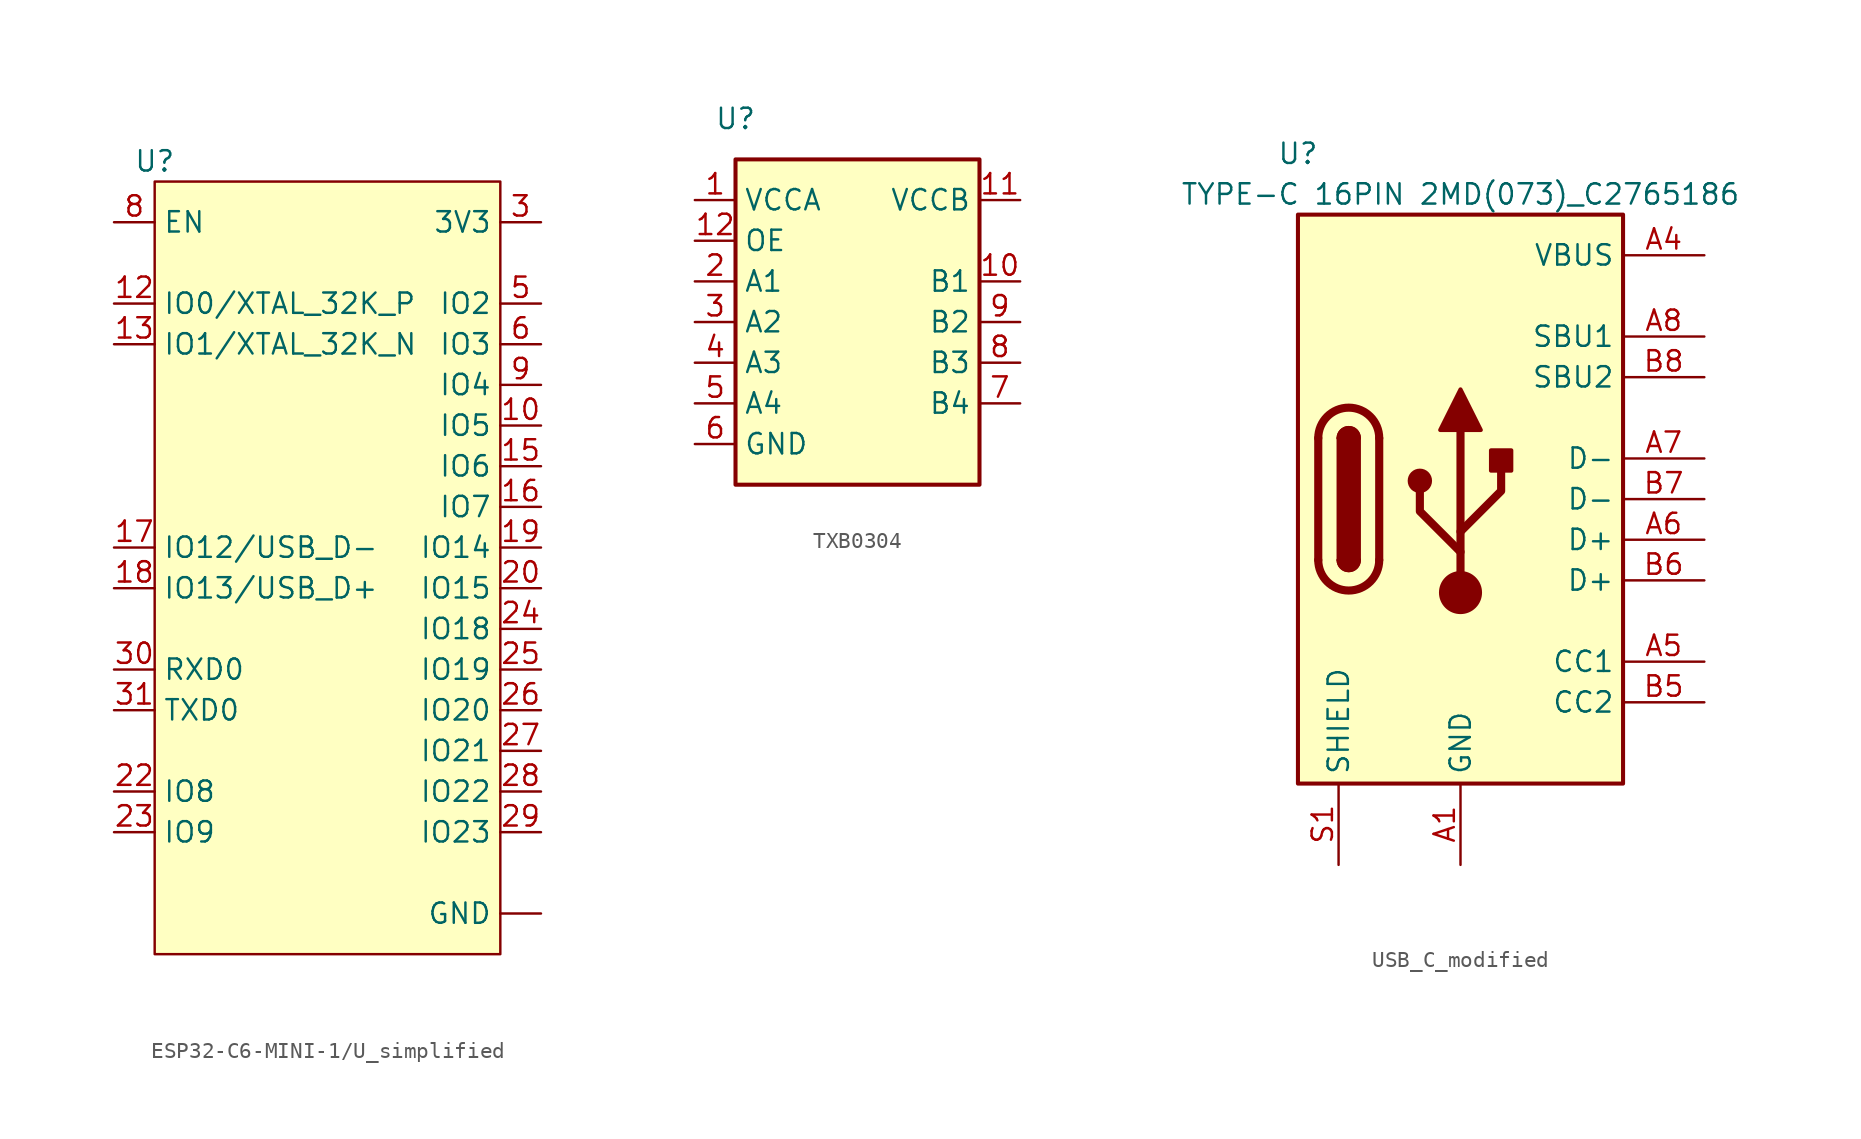
<source format=kicad_sym>
(kicad_symbol_lib
  (version 20220914)
  (generator kicad_symbol_editor)
  (symbol "ESP32-C6-MINI-1/U_simplified"
    (property "Reference" "U"
      (at 0 1.27 0)
      (effects (font (size 1.27 1.27))))
    (property "Value" ""
      (at 0 0 0)
      (effects (font (size 1.27 1.27))))
    (symbol "ESP32-C6-MINI-1/U_simplified_1_1"
      (rectangle (start 0 0) (end 21.59 -48.26) (stroke (width 0) (type default)) (fill (type background)))
      (pin input line (at 24.13 -45.72 180) (length 2.54) (name "GND" (effects (font (size 1.27 1.27)))) (number "" (effects (font (size 1.27 1.27)))))
      (pin input line (at 24.13 -45.72 180) (length 2.54) hide (name "GND" (effects (font (size 1.27 1.27)))) (number "1" (effects (font (size 1.27 1.27)))))
      (pin input line (at 24.13 -15.24 180) (length 2.54) (name "IO5" (effects (font (size 1.27 1.27)))) (number "10" (effects (font (size 1.27 1.27)))))
      (pin input line (at 24.13 -45.72 180) (length 2.54) hide (name "GND" (effects (font (size 1.27 1.27)))) (number "11" (effects (font (size 1.27 1.27)))))
      (pin input line (at -2.54 -7.62 0) (length 2.54) (name "IO0/XTAL_32K_P" (effects (font (size 1.27 1.27)))) (number "12" (effects (font (size 1.27 1.27)))))
      (pin input line (at -2.54 -10.16 0) (length 2.54) (name "IO1/XTAL_32K_N" (effects (font (size 1.27 1.27)))) (number "13" (effects (font (size 1.27 1.27)))))
      (pin input line (at 24.13 -45.72 180) (length 2.54) hide (name "GND" (effects (font (size 1.27 1.27)))) (number "14" (effects (font (size 1.27 1.27)))))
      (pin input line (at 24.13 -17.78 180) (length 2.54) (name "IO6" (effects (font (size 1.27 1.27)))) (number "15" (effects (font (size 1.27 1.27)))))
      (pin input line (at 24.13 -20.32 180) (length 2.54) (name "IO7" (effects (font (size 1.27 1.27)))) (number "16" (effects (font (size 1.27 1.27)))))
      (pin input line (at -2.54 -22.86 0) (length 2.54) (name "IO12/USB_D-" (effects (font (size 1.27 1.27)))) (number "17" (effects (font (size 1.27 1.27)))))
      (pin input line (at -2.54 -25.4 0) (length 2.54) (name "IO13/USB_D+" (effects (font (size 1.27 1.27)))) (number "18" (effects (font (size 1.27 1.27)))))
      (pin input line (at 24.13 -22.86 180) (length 2.54) (name "IO14" (effects (font (size 1.27 1.27)))) (number "19" (effects (font (size 1.27 1.27)))))
      (pin input line (at 24.13 -45.72 180) (length 2.54) hide (name "GND" (effects (font (size 1.27 1.27)))) (number "2" (effects (font (size 1.27 1.27)))))
      (pin input line (at 24.13 -25.4 180) (length 2.54) (name "IO15" (effects (font (size 1.27 1.27)))) (number "20" (effects (font (size 1.27 1.27)))))
      (pin input line (at 24.13 -43.18 180) (length 2.54) hide (name "NC" (effects (font (size 1.27 1.27)))) (number "21" (effects (font (size 1.27 1.27)))))
      (pin input line (at -2.54 -38.1 0) (length 2.54) (name "IO8" (effects (font (size 1.27 1.27)))) (number "22" (effects (font (size 1.27 1.27)))))
      (pin input line (at -2.54 -40.64 0) (length 2.54) (name "IO9" (effects (font (size 1.27 1.27)))) (number "23" (effects (font (size 1.27 1.27)))))
      (pin input line (at 24.13 -27.94 180) (length 2.54) (name "IO18" (effects (font (size 1.27 1.27)))) (number "24" (effects (font (size 1.27 1.27)))))
      (pin input line (at 24.13 -30.48 180) (length 2.54) (name "IO19" (effects (font (size 1.27 1.27)))) (number "25" (effects (font (size 1.27 1.27)))))
      (pin input line (at 24.13 -33.02 180) (length 2.54) (name "IO20" (effects (font (size 1.27 1.27)))) (number "26" (effects (font (size 1.27 1.27)))))
      (pin input line (at 24.13 -35.56 180) (length 2.54) (name "IO21" (effects (font (size 1.27 1.27)))) (number "27" (effects (font (size 1.27 1.27)))))
      (pin input line (at 24.13 -38.1 180) (length 2.54) (name "IO22" (effects (font (size 1.27 1.27)))) (number "28" (effects (font (size 1.27 1.27)))))
      (pin input line (at 24.13 -40.64 180) (length 2.54) (name "IO23" (effects (font (size 1.27 1.27)))) (number "29" (effects (font (size 1.27 1.27)))))
      (pin input line (at 24.13 -2.54 180) (length 2.54) (name "3V3" (effects (font (size 1.27 1.27)))) (number "3" (effects (font (size 1.27 1.27)))))
      (pin input line (at -2.54 -30.48 0) (length 2.54) (name "RXD0" (effects (font (size 1.27 1.27)))) (number "30" (effects (font (size 1.27 1.27)))))
      (pin input line (at -2.54 -33.02 0) (length 2.54) (name "TXD0" (effects (font (size 1.27 1.27)))) (number "31" (effects (font (size 1.27 1.27)))))
      (pin input line (at 24.13 -43.18 180) (length 2.54) hide (name "NC" (effects (font (size 1.27 1.27)))) (number "32" (effects (font (size 1.27 1.27)))))
      (pin input line (at 24.13 -43.18 180) (length 2.54) hide (name "NC" (effects (font (size 1.27 1.27)))) (number "33" (effects (font (size 1.27 1.27)))))
      (pin input line (at 24.13 -43.18 180) (length 2.54) hide (name "NC" (effects (font (size 1.27 1.27)))) (number "34" (effects (font (size 1.27 1.27)))))
      (pin input line (at 24.13 -43.18 180) (length 2.54) hide (name "NC" (effects (font (size 1.27 1.27)))) (number "35" (effects (font (size 1.27 1.27)))))
      (pin input line (at 24.13 -45.72 180) (length 2.54) hide (name "GND" (effects (font (size 1.27 1.27)))) (number "36" (effects (font (size 1.27 1.27)))))
      (pin input line (at 24.13 -45.72 180) (length 2.54) hide (name "GND" (effects (font (size 1.27 1.27)))) (number "37" (effects (font (size 1.27 1.27)))))
      (pin input line (at 24.13 -45.72 180) (length 2.54) hide (name "GND" (effects (font (size 1.27 1.27)))) (number "38" (effects (font (size 1.27 1.27)))))
      (pin input line (at 24.13 -45.72 180) (length 2.54) hide (name "GND" (effects (font (size 1.27 1.27)))) (number "39" (effects (font (size 1.27 1.27)))))
      (pin input line (at 24.13 -43.18 180) (length 2.54) hide (name "NC" (effects (font (size 1.27 1.27)))) (number "4" (effects (font (size 1.27 1.27)))))
      (pin input line (at 24.13 -45.72 180) (length 2.54) hide (name "GND" (effects (font (size 1.27 1.27)))) (number "40" (effects (font (size 1.27 1.27)))))
      (pin input line (at 24.13 -45.72 180) (length 2.54) hide (name "GND" (effects (font (size 1.27 1.27)))) (number "41" (effects (font (size 1.27 1.27)))))
      (pin input line (at 24.13 -45.72 180) (length 2.54) hide (name "GND" (effects (font (size 1.27 1.27)))) (number "42" (effects (font (size 1.27 1.27)))))
      (pin input line (at 24.13 -45.72 180) (length 2.54) hide (name "GND" (effects (font (size 1.27 1.27)))) (number "43" (effects (font (size 1.27 1.27)))))
      (pin input line (at 24.13 -45.72 180) (length 2.54) hide (name "GND" (effects (font (size 1.27 1.27)))) (number "44" (effects (font (size 1.27 1.27)))))
      (pin input line (at 24.13 -45.72 180) (length 2.54) hide (name "GND" (effects (font (size 1.27 1.27)))) (number "45" (effects (font (size 1.27 1.27)))))
      (pin input line (at 24.13 -45.72 180) (length 2.54) hide (name "GND" (effects (font (size 1.27 1.27)))) (number "46" (effects (font (size 1.27 1.27)))))
      (pin input line (at 24.13 -45.72 180) (length 2.54) hide (name "GND" (effects (font (size 1.27 1.27)))) (number "47" (effects (font (size 1.27 1.27)))))
      (pin input line (at 24.13 -45.72 180) (length 2.54) hide (name "GND" (effects (font (size 1.27 1.27)))) (number "48" (effects (font (size 1.27 1.27)))))
      (pin input line (at 24.13 -45.72 180) (length 2.54) hide (name "GND" (effects (font (size 1.27 1.27)))) (number "49" (effects (font (size 1.27 1.27)))))
      (pin input line (at 24.13 -7.62 180) (length 2.54) (name "IO2" (effects (font (size 1.27 1.27)))) (number "5" (effects (font (size 1.27 1.27)))))
      (pin input line (at 24.13 -45.72 180) (length 2.54) hide (name "GND" (effects (font (size 1.27 1.27)))) (number "50" (effects (font (size 1.27 1.27)))))
      (pin input line (at 24.13 -45.72 180) (length 2.54) hide (name "GND" (effects (font (size 1.27 1.27)))) (number "51" (effects (font (size 1.27 1.27)))))
      (pin input line (at 24.13 -45.72 180) (length 2.54) hide (name "GND" (effects (font (size 1.27 1.27)))) (number "52" (effects (font (size 1.27 1.27)))))
      (pin input line (at 24.13 -45.72 180) (length 2.54) hide (name "GND" (effects (font (size 1.27 1.27)))) (number "53" (effects (font (size 1.27 1.27)))))
      (pin input line (at 24.13 -10.16 180) (length 2.54) (name "IO3" (effects (font (size 1.27 1.27)))) (number "6" (effects (font (size 1.27 1.27)))))
      (pin input line (at 24.13 -43.18 180) (length 2.54) hide (name "NC" (effects (font (size 1.27 1.27)))) (number "7" (effects (font (size 1.27 1.27)))))
      (pin input line (at -2.54 -2.54 0) (length 2.54) (name "EN" (effects (font (size 1.27 1.27)))) (number "8" (effects (font (size 1.27 1.27)))))
      (pin input line (at 24.13 -12.7 180) (length 2.54) (name "IO4" (effects (font (size 1.27 1.27)))) (number "9" (effects (font (size 1.27 1.27)))))))
  (symbol "TXB0304"
    (property "Reference" "U"
      (at 0 2.54 0)
      (effects (font (size 1.27 1.27))))
    (property "Value" ""
      (at 0 0 0)
      (effects (font (size 1.27 1.27))))
    (symbol "TXB0304_0_1"
      (rectangle (start 0 0) (end 15.24 -20.32) (stroke (width 0.254) (type default)) (fill (type background))))
    (symbol "TXB0304_1_1"
      (pin power_in line (at -2.54 -2.54 0) (length 2.54) (name "VCCA" (effects (font (size 1.27 1.27)))) (number "1" (effects (font (size 1.27 1.27)))))
      (pin tri_state line (at 17.78 -7.62 180) (length 2.54) (name "B1" (effects (font (size 1.27 1.27)))) (number "10" (effects (font (size 1.27 1.27)))))
      (pin power_in line (at 17.78 -2.54 180) (length 2.54) (name "VCCB" (effects (font (size 1.27 1.27)))) (number "11" (effects (font (size 1.27 1.27)))))
      (pin input line (at -2.54 -5.08 0) (length 2.54) (name "OE" (effects (font (size 1.27 1.27)))) (number "12" (effects (font (size 1.27 1.27)))))
      (pin tri_state line (at -2.54 -7.62 0) (length 2.54) (name "A1" (effects (font (size 1.27 1.27)))) (number "2" (effects (font (size 1.27 1.27)))))
      (pin tri_state line (at -2.54 -10.16 0) (length 2.54) (name "A2" (effects (font (size 1.27 1.27)))) (number "3" (effects (font (size 1.27 1.27)))))
      (pin tri_state line (at -2.54 -12.7 0) (length 2.54) (name "A3" (effects (font (size 1.27 1.27)))) (number "4" (effects (font (size 1.27 1.27)))))
      (pin tri_state line (at -2.54 -15.24 0) (length 2.54) (name "A4" (effects (font (size 1.27 1.27)))) (number "5" (effects (font (size 1.27 1.27)))))
      (pin power_in line (at -2.54 -17.78 0) (length 2.54) (name "GND" (effects (font (size 1.27 1.27)))) (number "6" (effects (font (size 1.27 1.27)))))
      (pin tri_state line (at 17.78 -15.24 180) (length 2.54) (name "B4" (effects (font (size 1.27 1.27)))) (number "7" (effects (font (size 1.27 1.27)))))
      (pin tri_state line (at 17.78 -12.7 180) (length 2.54) (name "B3" (effects (font (size 1.27 1.27)))) (number "8" (effects (font (size 1.27 1.27)))))
      (pin tri_state line (at 17.78 -10.16 180) (length 2.54) (name "B2" (effects (font (size 1.27 1.27)))) (number "9" (effects (font (size 1.27 1.27)))))))
  (symbol "USB_C_modified"
    (property "Reference" "U"
      (at 0 3.81 0)
      (effects (font (size 1.27 1.27))))
    (property "Value" "TYPE-C 16PIN 2MD(073)_C2765186"
      (at 10.16 1.27 0)
      (effects (font (size 1.27 1.27))))
    (symbol "USB_C_modified_0_1"
      (polyline (pts (xy 1.27 -21.59) (xy 1.27 -13.97)) (stroke (width 0.508) (type default)) (fill (type none)))
      (polyline (pts (xy 5.08 -13.97) (xy 5.08 -21.59)) (stroke (width 0.508) (type default)) (fill (type none)))
      (polyline (pts (xy 10.16 -23.622) (xy 10.16 -13.462)) (stroke (width 0.508) (type default)) (fill (type none)))
      (polyline (pts (xy 10.16 -21.082) (xy 7.62 -18.542) (xy 7.62 -17.272)) (stroke (width 0.508) (type default)) (fill (type none)))
      (polyline (pts (xy 10.16 -19.812) (xy 12.7 -17.272) (xy 12.7 -16.002)) (stroke (width 0.508) (type default)) (fill (type none)))
      (polyline (pts (xy 8.89 -13.462) (xy 10.16 -10.922) (xy 11.43 -13.462) (xy 8.89 -13.462)) (stroke (width 0.254) (type default)) (fill (type outline)))
      (rectangle (start 0 0) (end 20.32 -35.56) (stroke (width 0.254) (type default)) (fill (type background)))
      (arc (start 1.27 -21.59) (mid 3.175 -23.4867) (end 5.08 -21.59) (stroke (width 0.508) (type default)) (fill (type none)))
      (arc (start 2.54 -21.59) (mid 3.175 -22.2223) (end 3.81 -21.59) (stroke (width 0.254) (type default)) (fill (type none)))
      (arc (start 2.54 -21.59) (mid 3.175 -22.2223) (end 3.81 -21.59) (stroke (width 0.254) (type default)) (fill (type outline)))
      (rectangle (start 2.54 -21.59) (end 3.81 -13.97) (stroke (width 0.254) (type default)) (fill (type outline)))
      (arc (start 3.81 -13.97) (mid 3.175 -13.3377) (end 2.54 -13.97) (stroke (width 0.254) (type default)) (fill (type none)))
      (arc (start 3.81 -13.97) (mid 3.175 -13.3377) (end 2.54 -13.97) (stroke (width 0.254) (type default)) (fill (type outline)))
      (arc (start 5.08 -13.97) (mid 3.175 -12.0733) (end 1.27 -13.97) (stroke (width 0.508) (type default)) (fill (type none)))
      (circle (center 7.62 -16.637) (radius 0.635) (stroke (width 0.254) (type default)) (fill (type outline)))
      (circle (center 10.16 -23.622) (radius 1.27) (stroke (width 0) (type default)) (fill (type outline)))
      (rectangle (start 12.065 -16.002) (end 13.335 -14.732) (stroke (width 0.254) (type default)) (fill (type outline))))
    (symbol "USB_C_modified_1_1"
      (pin passive line (at 10.16 -40.64 90) (length 5.08) (name "GND" (effects (font (size 1.27 1.27)))) (number "A1" (effects (font (size 1.27 1.27)))))
      (pin passive line (at 10.16 -40.64 90) (length 5.08) hide (name "GND" (effects (font (size 1.27 1.27)))) (number "A12" (effects (font (size 1.27 1.27)))))
      (pin passive line (at 25.4 -2.54 180) (length 5.08) (name "VBUS" (effects (font (size 1.27 1.27)))) (number "A4" (effects (font (size 1.27 1.27)))))
      (pin bidirectional line (at 25.4 -27.94 180) (length 5.08) (name "CC1" (effects (font (size 1.27 1.27)))) (number "A5" (effects (font (size 1.27 1.27)))))
      (pin bidirectional line (at 25.4 -20.32 180) (length 5.08) (name "D+" (effects (font (size 1.27 1.27)))) (number "A6" (effects (font (size 1.27 1.27)))))
      (pin bidirectional line (at 25.4 -15.24 180) (length 5.08) (name "D-" (effects (font (size 1.27 1.27)))) (number "A7" (effects (font (size 1.27 1.27)))))
      (pin bidirectional line (at 25.4 -7.62 180) (length 5.08) (name "SBU1" (effects (font (size 1.27 1.27)))) (number "A8" (effects (font (size 1.27 1.27)))))
      (pin passive line (at 25.4 -2.54 180) (length 5.08) hide (name "VBUS" (effects (font (size 1.27 1.27)))) (number "A9" (effects (font (size 1.27 1.27)))))
      (pin passive line (at 10.16 -40.64 90) (length 5.08) hide (name "GND" (effects (font (size 1.27 1.27)))) (number "B1" (effects (font (size 1.27 1.27)))))
      (pin passive line (at 10.16 -40.64 90) (length 5.08) hide (name "GND" (effects (font (size 1.27 1.27)))) (number "B12" (effects (font (size 1.27 1.27)))))
      (pin passive line (at 25.4 -2.54 180) (length 5.08) hide (name "VBUS" (effects (font (size 1.27 1.27)))) (number "B4" (effects (font (size 1.27 1.27)))))
      (pin bidirectional line (at 25.4 -30.48 180) (length 5.08) (name "CC2" (effects (font (size 1.27 1.27)))) (number "B5" (effects (font (size 1.27 1.27)))))
      (pin bidirectional line (at 25.4 -22.86 180) (length 5.08) (name "D+" (effects (font (size 1.27 1.27)))) (number "B6" (effects (font (size 1.27 1.27)))))
      (pin bidirectional line (at 25.4 -17.78 180) (length 5.08) (name "D-" (effects (font (size 1.27 1.27)))) (number "B7" (effects (font (size 1.27 1.27)))))
      (pin bidirectional line (at 25.4 -10.16 180) (length 5.08) (name "SBU2" (effects (font (size 1.27 1.27)))) (number "B8" (effects (font (size 1.27 1.27)))))
      (pin passive line (at 25.4 -2.54 180) (length 5.08) hide (name "VBUS" (effects (font (size 1.27 1.27)))) (number "B9" (effects (font (size 1.27 1.27)))))
      (pin passive line (at 2.54 -40.64 90) (length 5.08) (name "SHIELD" (effects (font (size 1.27 1.27)))) (number "S1" (effects (font (size 1.27 1.27))))))))
</source>
